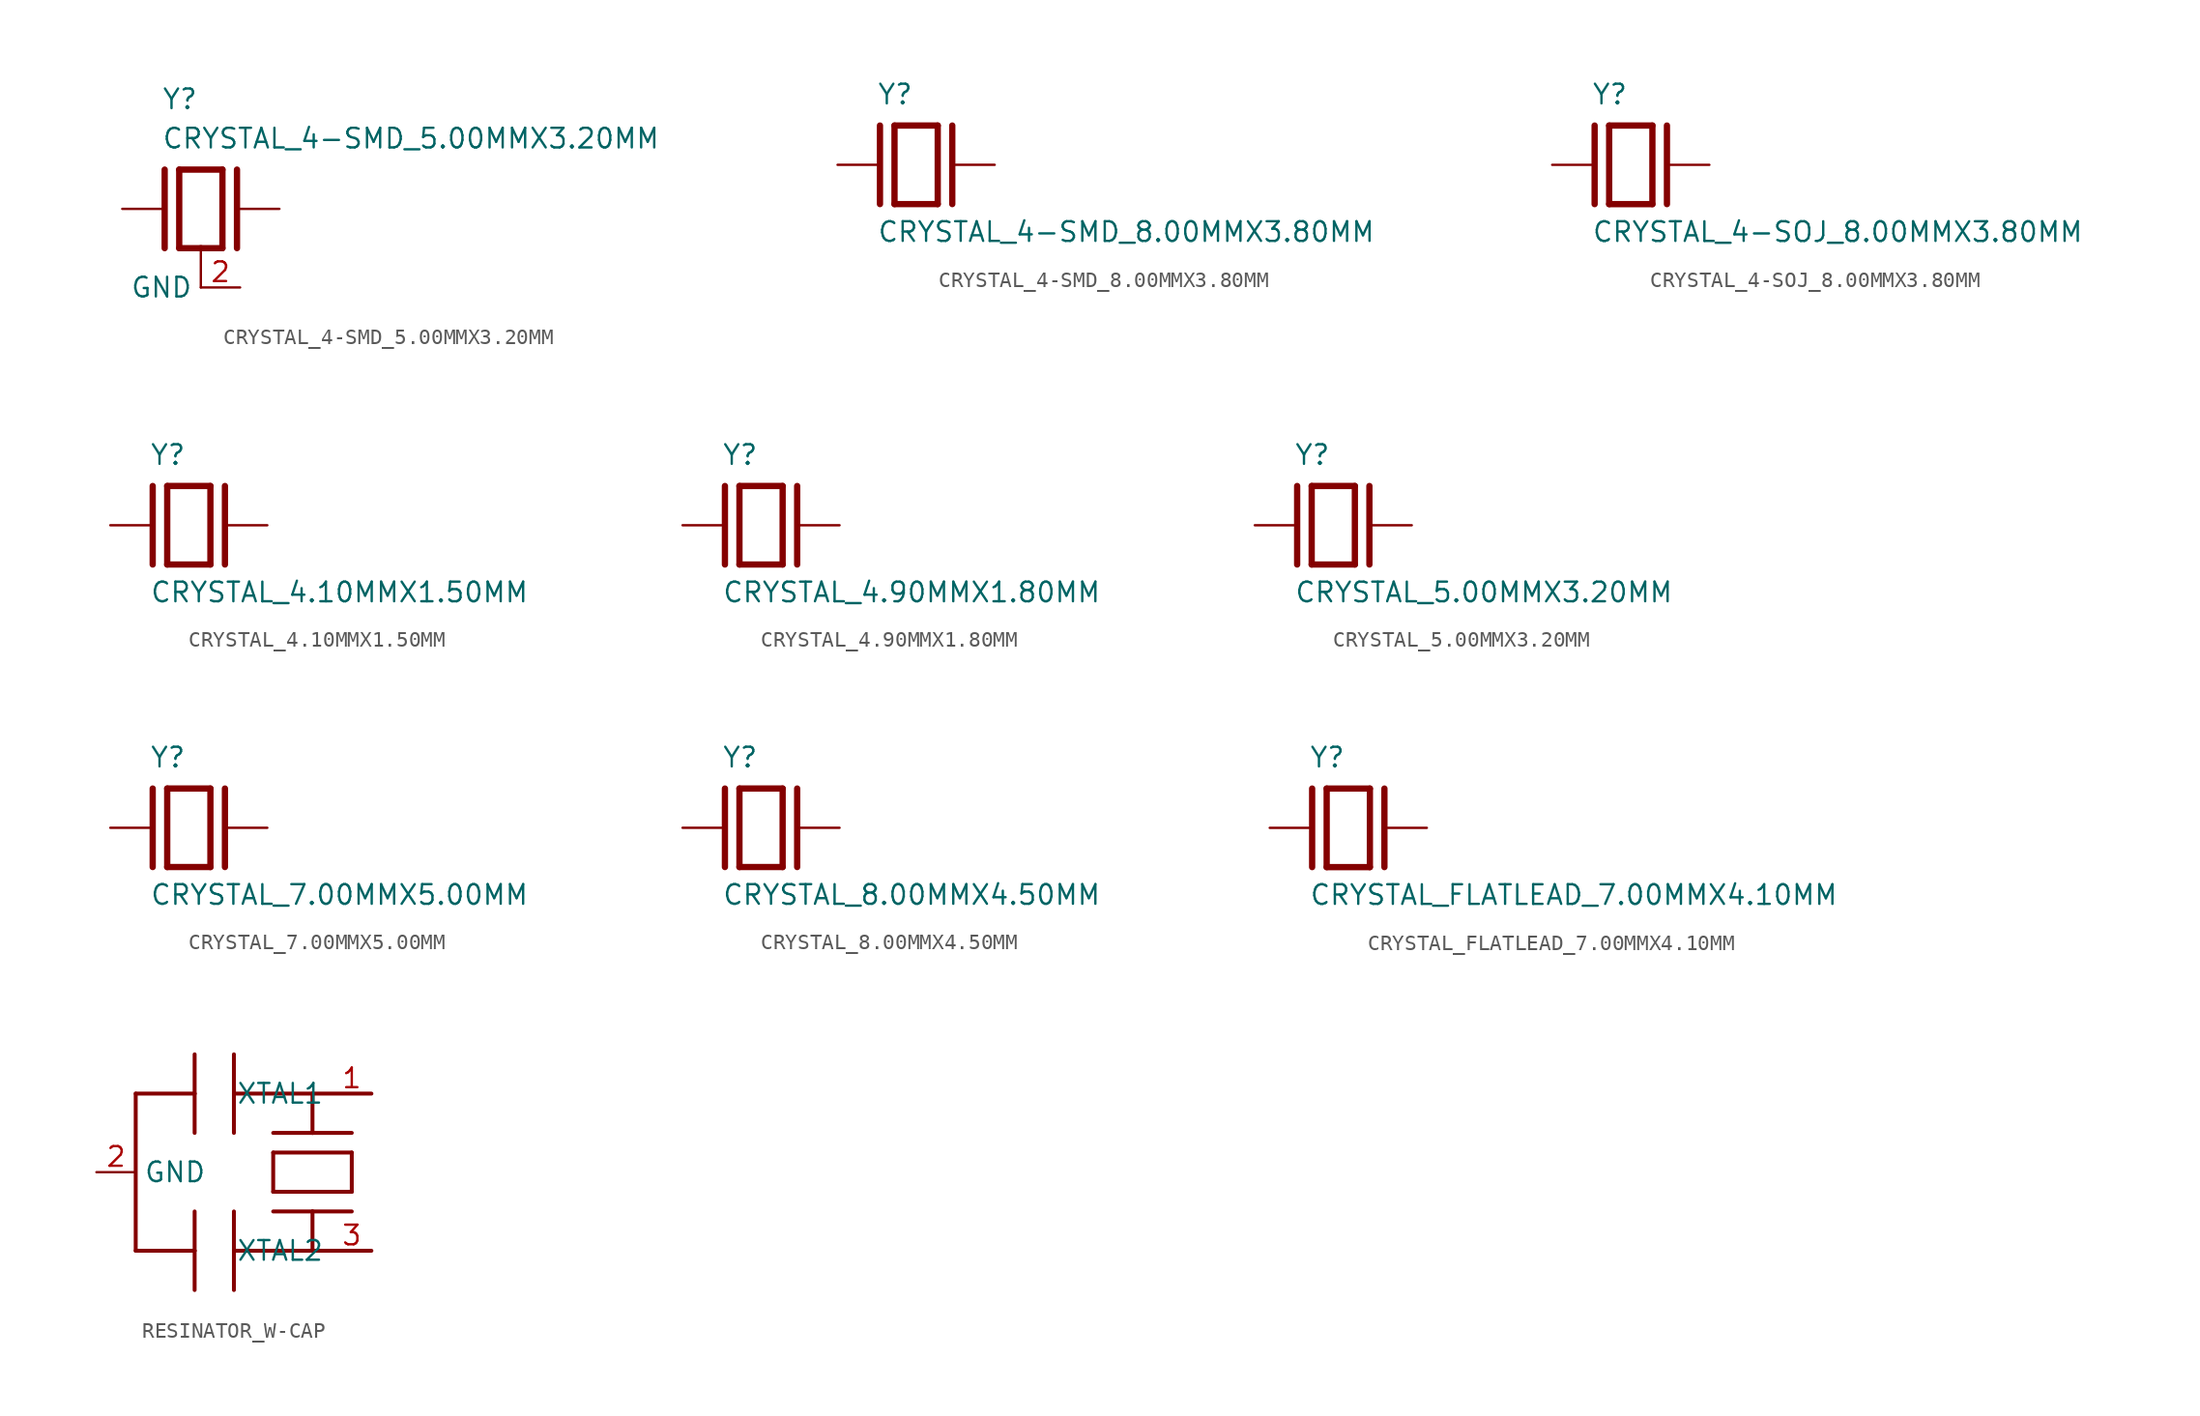
<source format=kicad_sym>
(kicad_symbol_lib
  (version 20211014)
  (generator kicad_symbol_editor)
  (symbol "CRYSTAL_4-SMD_5.00MMX3.20MM"
    (pin_names)
    (property "Reference" "Y"
      (at -2.54 6.35 0)
      (effects (font (size 1.27 1.27)) (justify left bottom)))
    (property "Value" "CRYSTAL_4-SMD_5.00MMX3.20MM"
      (at -2.54 3.81 0)
      (effects (font (size 1.27 1.27)) (justify left bottom)))
    (property "Datasheet" ""
      (at 0 0 0))
    (property "ki_fp_filters" "FlashPCB_Oscillators:CRYSTAL_4-SMD_NOLEAD_5.00MMX3.20MM"
      (at 0 0 0))
    (symbol "CRYSTAL_4-SMD_5.00MMX3.20MM_1_1"
      (polyline (pts (xy -1.397 2.54) (xy 1.397 2.54)) (stroke (width 0.406)) (fill (type none)))
      (polyline (pts (xy 1.397 2.54) (xy 1.397 -2.54)) (stroke (width 0.406)) (fill (type none)))
      (polyline (pts (xy 1.397 -2.54) (xy 0 -2.54)) (stroke (width 0.406)) (fill (type none)))
      (polyline (pts (xy 0 -2.54) (xy -1.397 -2.54)) (stroke (width 0.406)) (fill (type none)))
      (polyline (pts (xy -1.397 2.54) (xy -1.397 -2.54)) (stroke (width 0.406)) (fill (type none)))
      (polyline (pts (xy 2.337 2.54) (xy 2.337 -2.54)) (stroke (width 0.406)) (fill (type none)))
      (polyline (pts (xy -2.337 2.54) (xy -2.337 -2.54)) (stroke (width 0.406)) (fill (type none)))
      (polyline (pts (xy 0 -2.54) (xy 0 -5.08)) (stroke (width 0.152)) (fill (type none)))
      (pin passive line (at 5.08 0 180) (length 2.54) (name "2" (effects (font (size 0 0)))) (number "3" (effects (font (size 0 0)))))
      (pin passive line (at -5.08 0 0) (length 2.54) (name "1" (effects (font (size 0 0)))) (number "1" (effects (font (size 0 0)))))
      (pin bidirectional line (at 2.54 -5.08 180) (length 2.54) (name "GND" (effects (font (size 1.27 1.27)))) (number "2" (effects (font (size 1.27 1.27)))))
      (pin bidirectional line (at 2.54 -5.08 180) (length 2.54) hide (name "GND" (effects (font (size 1.27 1.27)))) (number "4" (effects (font (size 1.27 1.27)))))))
  (symbol "CRYSTAL_4-SMD_8.00MMX3.80MM"
    (pin_numbers hide)
    (pin_names hide)
    (property "Reference" "Y"
      (at -2.54 3.81 0)
      (effects (font (size 1.27 1.27)) (justify left bottom)))
    (property "Value" "CRYSTAL_4-SMD_8.00MMX3.80MM"
      (at -2.54 -5.08 0)
      (effects (font (size 1.27 1.27)) (justify left bottom)))
    (property "Datasheet" ""
      (at 0 0 0))
    (property "ki_fp_filters" "FlashPCB_Oscillators:CRYSTAL_4-SMD_FLATLEAD_8.00MMX3.80MM"
      (at 0 0 0))
    (symbol "CRYSTAL_4-SMD_8.00MMX3.80MM_1_1"
      (polyline (pts (xy -1.397 2.54) (xy 1.397 2.54)) (stroke (width 0.406)) (fill (type none)))
      (polyline (pts (xy 1.397 2.54) (xy 1.397 -2.54)) (stroke (width 0.406)) (fill (type none)))
      (polyline (pts (xy 1.397 -2.54) (xy -1.397 -2.54)) (stroke (width 0.406)) (fill (type none)))
      (polyline (pts (xy -1.397 2.54) (xy -1.397 -2.54)) (stroke (width 0.406)) (fill (type none)))
      (polyline (pts (xy 2.337 2.54) (xy 2.337 -2.54)) (stroke (width 0.406)) (fill (type none)))
      (polyline (pts (xy -2.337 2.54) (xy -2.337 -2.54)) (stroke (width 0.406)) (fill (type none)))
      (pin passive line (at 5.08 0 180) (length 2.54) (name "2" (effects (font (size 0 0)))) (number "4" (effects (font (size 0 0)))))
      (pin passive line (at -5.08 0 0) (length 2.54) (name "1" (effects (font (size 0 0)))) (number "1" (effects (font (size 0 0)))))))
  (symbol "CRYSTAL_4-SOJ_8.00MMX3.80MM"
    (pin_numbers hide)
    (pin_names hide)
    (property "Reference" "Y"
      (at -2.54 3.81 0)
      (effects (font (size 1.27 1.27)) (justify left bottom)))
    (property "Value" "CRYSTAL_4-SOJ_8.00MMX3.80MM"
      (at -2.54 -5.08 0)
      (effects (font (size 1.27 1.27)) (justify left bottom)))
    (property "Datasheet" ""
      (at 0 0 0))
    (property "ki_fp_filters" "FlashPCB_Oscillators:CRYSTAL-SMD_4-SOJ_8.00MMX3.80MM"
      (at 0 0 0))
    (symbol "CRYSTAL_4-SOJ_8.00MMX3.80MM_1_1"
      (polyline (pts (xy -1.397 2.54) (xy 1.397 2.54)) (stroke (width 0.406)) (fill (type none)))
      (polyline (pts (xy 1.397 2.54) (xy 1.397 -2.54)) (stroke (width 0.406)) (fill (type none)))
      (polyline (pts (xy 1.397 -2.54) (xy -1.397 -2.54)) (stroke (width 0.406)) (fill (type none)))
      (polyline (pts (xy -1.397 2.54) (xy -1.397 -2.54)) (stroke (width 0.406)) (fill (type none)))
      (polyline (pts (xy 2.337 2.54) (xy 2.337 -2.54)) (stroke (width 0.406)) (fill (type none)))
      (polyline (pts (xy -2.337 2.54) (xy -2.337 -2.54)) (stroke (width 0.406)) (fill (type none)))
      (pin passive line (at 5.08 0 180) (length 2.54) (name "2" (effects (font (size 0 0)))) (number "S_4" (effects (font (size 0 0)))))
      (pin passive line (at -5.08 0 0) (length 2.54) (name "1" (effects (font (size 0 0)))) (number "S_1" (effects (font (size 0 0)))))))
  (symbol "CRYSTAL_4.10MMX1.50MM"
    (pin_numbers hide)
    (pin_names hide)
    (property "Reference" "Y"
      (at -2.54 3.81 0)
      (effects (font (size 1.27 1.27)) (justify left bottom)))
    (property "Value" "CRYSTAL_4.10MMX1.50MM"
      (at -2.54 -5.08 0)
      (effects (font (size 1.27 1.27)) (justify left bottom)))
    (property "Datasheet" ""
      (at 0 0 0))
    (property "ki_fp_filters" "FlashPCB_Oscillators:CRYSTAL_2-SMD_NOLEAD_4.10MMX1.50MM"
      (at 0 0 0))
    (symbol "CRYSTAL_4.10MMX1.50MM_1_1"
      (polyline (pts (xy -1.397 2.54) (xy 1.397 2.54)) (stroke (width 0.406)) (fill (type none)))
      (polyline (pts (xy 1.397 2.54) (xy 1.397 -2.54)) (stroke (width 0.406)) (fill (type none)))
      (polyline (pts (xy 1.397 -2.54) (xy -1.397 -2.54)) (stroke (width 0.406)) (fill (type none)))
      (polyline (pts (xy -1.397 2.54) (xy -1.397 -2.54)) (stroke (width 0.406)) (fill (type none)))
      (polyline (pts (xy 2.337 2.54) (xy 2.337 -2.54)) (stroke (width 0.406)) (fill (type none)))
      (polyline (pts (xy -2.337 2.54) (xy -2.337 -2.54)) (stroke (width 0.406)) (fill (type none)))
      (pin passive line (at 5.08 0 180) (length 2.54) (name "2" (effects (font (size 0 0)))) (number "2" (effects (font (size 0 0)))))
      (pin passive line (at -5.08 0 0) (length 2.54) (name "1" (effects (font (size 0 0)))) (number "1" (effects (font (size 0 0)))))))
  (symbol "CRYSTAL_4.90MMX1.80MM"
    (pin_numbers hide)
    (pin_names hide)
    (property "Reference" "Y"
      (at -2.54 3.81 0)
      (effects (font (size 1.27 1.27)) (justify left bottom)))
    (property "Value" "CRYSTAL_4.90MMX1.80MM"
      (at -2.54 -5.08 0)
      (effects (font (size 1.27 1.27)) (justify left bottom)))
    (property "Datasheet" ""
      (at 0 0 0))
    (property "ki_fp_filters" "FlashPCB_Oscillators:CRYSTAL_2-SMD_NOLEAD_4.90MMX1.80MM"
      (at 0 0 0))
    (symbol "CRYSTAL_4.90MMX1.80MM_1_1"
      (polyline (pts (xy -1.397 2.54) (xy 1.397 2.54)) (stroke (width 0.406)) (fill (type none)))
      (polyline (pts (xy 1.397 2.54) (xy 1.397 -2.54)) (stroke (width 0.406)) (fill (type none)))
      (polyline (pts (xy 1.397 -2.54) (xy -1.397 -2.54)) (stroke (width 0.406)) (fill (type none)))
      (polyline (pts (xy -1.397 2.54) (xy -1.397 -2.54)) (stroke (width 0.406)) (fill (type none)))
      (polyline (pts (xy 2.337 2.54) (xy 2.337 -2.54)) (stroke (width 0.406)) (fill (type none)))
      (polyline (pts (xy -2.337 2.54) (xy -2.337 -2.54)) (stroke (width 0.406)) (fill (type none)))
      (pin passive line (at 5.08 0 180) (length 2.54) (name "2" (effects (font (size 0 0)))) (number "2" (effects (font (size 0 0)))))
      (pin passive line (at -5.08 0 0) (length 2.54) (name "1" (effects (font (size 0 0)))) (number "1" (effects (font (size 0 0)))))))
  (symbol "CRYSTAL_5.00MMX3.20MM"
    (pin_numbers hide)
    (pin_names hide)
    (property "Reference" "Y"
      (at -2.54 3.81 0)
      (effects (font (size 1.27 1.27)) (justify left bottom)))
    (property "Value" "CRYSTAL_5.00MMX3.20MM"
      (at -2.54 -5.08 0)
      (effects (font (size 1.27 1.27)) (justify left bottom)))
    (property "Datasheet" ""
      (at 0 0 0))
    (property "ki_fp_filters" "FlashPCB_Oscillators:CRYSTAL_2-SMD_NOLEAD_5.00MMX3.20MM"
      (at 0 0 0))
    (symbol "CRYSTAL_5.00MMX3.20MM_1_1"
      (polyline (pts (xy -1.397 2.54) (xy 1.397 2.54)) (stroke (width 0.406)) (fill (type none)))
      (polyline (pts (xy 1.397 2.54) (xy 1.397 -2.54)) (stroke (width 0.406)) (fill (type none)))
      (polyline (pts (xy 1.397 -2.54) (xy -1.397 -2.54)) (stroke (width 0.406)) (fill (type none)))
      (polyline (pts (xy -1.397 2.54) (xy -1.397 -2.54)) (stroke (width 0.406)) (fill (type none)))
      (polyline (pts (xy 2.337 2.54) (xy 2.337 -2.54)) (stroke (width 0.406)) (fill (type none)))
      (polyline (pts (xy -2.337 2.54) (xy -2.337 -2.54)) (stroke (width 0.406)) (fill (type none)))
      (pin passive line (at 5.08 0 180) (length 2.54) (name "2" (effects (font (size 0 0)))) (number "2" (effects (font (size 0 0)))))
      (pin passive line (at -5.08 0 0) (length 2.54) (name "1" (effects (font (size 0 0)))) (number "1" (effects (font (size 0 0)))))))
  (symbol "CRYSTAL_7.00MMX5.00MM"
    (pin_numbers hide)
    (pin_names hide)
    (property "Reference" "Y"
      (at -2.54 3.81 0)
      (effects (font (size 1.27 1.27)) (justify left bottom)))
    (property "Value" "CRYSTAL_7.00MMX5.00MM"
      (at -2.54 -5.08 0)
      (effects (font (size 1.27 1.27)) (justify left bottom)))
    (property "Datasheet" ""
      (at 0 0 0))
    (property "ki_fp_filters" "FlashPCB_Oscillators:CRYSTAL_2-SMD_NOLEAD_7.00MMX5.00MM"
      (at 0 0 0))
    (symbol "CRYSTAL_7.00MMX5.00MM_1_1"
      (polyline (pts (xy -1.397 2.54) (xy 1.397 2.54)) (stroke (width 0.406)) (fill (type none)))
      (polyline (pts (xy 1.397 2.54) (xy 1.397 -2.54)) (stroke (width 0.406)) (fill (type none)))
      (polyline (pts (xy 1.397 -2.54) (xy -1.397 -2.54)) (stroke (width 0.406)) (fill (type none)))
      (polyline (pts (xy -1.397 2.54) (xy -1.397 -2.54)) (stroke (width 0.406)) (fill (type none)))
      (polyline (pts (xy 2.337 2.54) (xy 2.337 -2.54)) (stroke (width 0.406)) (fill (type none)))
      (polyline (pts (xy -2.337 2.54) (xy -2.337 -2.54)) (stroke (width 0.406)) (fill (type none)))
      (pin passive line (at 5.08 0 180) (length 2.54) (name "2" (effects (font (size 0 0)))) (number "2" (effects (font (size 0 0)))))
      (pin passive line (at -5.08 0 0) (length 2.54) (name "1" (effects (font (size 0 0)))) (number "1" (effects (font (size 0 0)))))))
  (symbol "CRYSTAL_8.00MMX4.50MM"
    (pin_numbers hide)
    (pin_names hide)
    (property "Reference" "Y"
      (at -2.54 3.81 0)
      (effects (font (size 1.27 1.27)) (justify left bottom)))
    (property "Value" "CRYSTAL_8.00MMX4.50MM"
      (at -2.54 -5.08 0)
      (effects (font (size 1.27 1.27)) (justify left bottom)))
    (property "Datasheet" ""
      (at 0 0 0))
    (property "ki_fp_filters" "FlashPCB_Oscillators:CRYSTAL_2-SMD_NOLEAD_8.00MMX4.50MM"
      (at 0 0 0))
    (symbol "CRYSTAL_8.00MMX4.50MM_1_1"
      (polyline (pts (xy -1.397 2.54) (xy 1.397 2.54)) (stroke (width 0.406)) (fill (type none)))
      (polyline (pts (xy 1.397 2.54) (xy 1.397 -2.54)) (stroke (width 0.406)) (fill (type none)))
      (polyline (pts (xy 1.397 -2.54) (xy -1.397 -2.54)) (stroke (width 0.406)) (fill (type none)))
      (polyline (pts (xy -1.397 2.54) (xy -1.397 -2.54)) (stroke (width 0.406)) (fill (type none)))
      (polyline (pts (xy 2.337 2.54) (xy 2.337 -2.54)) (stroke (width 0.406)) (fill (type none)))
      (polyline (pts (xy -2.337 2.54) (xy -2.337 -2.54)) (stroke (width 0.406)) (fill (type none)))
      (pin passive line (at 5.08 0 180) (length 2.54) (name "2" (effects (font (size 0 0)))) (number "2" (effects (font (size 0 0)))))
      (pin passive line (at -5.08 0 0) (length 2.54) (name "1" (effects (font (size 0 0)))) (number "1" (effects (font (size 0 0)))))))
  (symbol "CRYSTAL_FLATLEAD_7.00MMX4.10MM"
    (pin_numbers hide)
    (pin_names hide)
    (property "Reference" "Y"
      (at -2.54 3.81 0)
      (effects (font (size 1.27 1.27)) (justify left bottom)))
    (property "Value" "CRYSTAL_FLATLEAD_7.00MMX4.10MM"
      (at -2.54 -5.08 0)
      (effects (font (size 1.27 1.27)) (justify left bottom)))
    (property "Datasheet" ""
      (at 0 0 0))
    (property "ki_fp_filters" "FlashPCB_Oscillators:CRYSTAL_2-SMD_FLATLEAD_7.00MMX4.10MM"
      (at 0 0 0))
    (symbol "CRYSTAL_FLATLEAD_7.00MMX4.10MM_1_1"
      (polyline (pts (xy -1.397 2.54) (xy 1.397 2.54)) (stroke (width 0.406)) (fill (type none)))
      (polyline (pts (xy 1.397 2.54) (xy 1.397 -2.54)) (stroke (width 0.406)) (fill (type none)))
      (polyline (pts (xy 1.397 -2.54) (xy -1.397 -2.54)) (stroke (width 0.406)) (fill (type none)))
      (polyline (pts (xy -1.397 2.54) (xy -1.397 -2.54)) (stroke (width 0.406)) (fill (type none)))
      (polyline (pts (xy 2.337 2.54) (xy 2.337 -2.54)) (stroke (width 0.406)) (fill (type none)))
      (polyline (pts (xy -2.337 2.54) (xy -2.337 -2.54)) (stroke (width 0.406)) (fill (type none)))
      (pin passive line (at 5.08 0 180) (length 2.54) (name "2" (effects (font (size 0 0)))) (number "2" (effects (font (size 0 0)))))
      (pin passive line (at -5.08 0 0) (length 2.54) (name "1" (effects (font (size 0 0)))) (number "1" (effects (font (size 0 0)))))))
  (symbol "RESINATOR_W-CAP"
    (pin_names)
    (property "Reference" "X"
      (at 0 0 0)
      (effects (font (size 1.27 1.27)) (justify left bottom) hide))
    (property "Datasheet" ""
      (at 0 0 0))
    (property "ki_fp_filters" "FlashPCB_Oscillators:3-SMD"
      (at 0 0 0))
    (symbol "RESINATOR_W-CAP_1_1"
      (polyline (pts (xy 10.16 5.08) (xy 6.35 5.08)) (stroke (width 0.254)) (fill (type none)))
      (polyline (pts (xy 6.35 5.08) (xy 1.27 5.08)) (stroke (width 0.254)) (fill (type none)))
      (polyline (pts (xy 1.27 5.08) (xy 1.27 7.62)) (stroke (width 0.254)) (fill (type none)))
      (polyline (pts (xy 1.27 5.08) (xy 1.27 2.54)) (stroke (width 0.254)) (fill (type none)))
      (polyline (pts (xy -1.27 7.62) (xy -1.27 5.08)) (stroke (width 0.254)) (fill (type none)))
      (polyline (pts (xy -1.27 5.08) (xy -1.27 2.54)) (stroke (width 0.254)) (fill (type none)))
      (polyline (pts (xy -1.27 5.08) (xy -5.08 5.08)) (stroke (width 0.254)) (fill (type none)))
      (polyline (pts (xy 10.16 -5.08) (xy 1.27 -5.08)) (stroke (width 0.254)) (fill (type none)))
      (polyline (pts (xy 1.27 -2.54) (xy 1.27 -5.08)) (stroke (width 0.254)) (fill (type none)))
      (polyline (pts (xy 1.27 -5.08) (xy 1.27 -7.62)) (stroke (width 0.254)) (fill (type none)))
      (polyline (pts (xy -1.27 -2.54) (xy -1.27 -5.08)) (stroke (width 0.254)) (fill (type none)))
      (polyline (pts (xy -1.27 -5.08) (xy -1.27 -7.62)) (stroke (width 0.254)) (fill (type none)))
      (polyline (pts (xy -1.27 -5.08) (xy -5.08 -5.08)) (stroke (width 0.254)) (fill (type none)))
      (polyline (pts (xy -5.08 -5.08) (xy -5.08 5.08)) (stroke (width 0.254)) (fill (type none)))
      (polyline (pts (xy 3.81 1.27) (xy 3.81 -1.27)) (stroke (width 0.254)) (fill (type none)))
      (polyline (pts (xy 3.81 -1.27) (xy 8.89 -1.27)) (stroke (width 0.254)) (fill (type none)))
      (polyline (pts (xy 8.89 -1.27) (xy 8.89 1.27)) (stroke (width 0.254)) (fill (type none)))
      (polyline (pts (xy 8.89 1.27) (xy 3.81 1.27)) (stroke (width 0.254)) (fill (type none)))
      (polyline (pts (xy 3.81 2.54) (xy 6.35 2.54)) (stroke (width 0.254)) (fill (type none)))
      (polyline (pts (xy 6.35 2.54) (xy 8.89 2.54)) (stroke (width 0.254)) (fill (type none)))
      (polyline (pts (xy 3.81 -2.54) (xy 6.35 -2.54)) (stroke (width 0.254)) (fill (type none)))
      (polyline (pts (xy 6.35 -2.54) (xy 8.89 -2.54)) (stroke (width 0.254)) (fill (type none)))
      (polyline (pts (xy 6.35 -2.54) (xy 6.35 -5.08)) (stroke (width 0.254)) (fill (type none)))
      (polyline (pts (xy 6.35 2.54) (xy 6.35 5.08)) (stroke (width 0.254)) (fill (type none)))
      (pin bidirectional line (at 10.16 5.08 180) (length 2.54) (name "XTAL1" (effects (font (size 1.27 1.27)))) (number "1" (effects (font (size 1.27 1.27)))))
      (pin bidirectional line (at 10.16 -5.08 180) (length 2.54) (name "XTAL2" (effects (font (size 1.27 1.27)))) (number "3" (effects (font (size 1.27 1.27)))))
      (pin bidirectional line (at -7.62 0 0) (length 2.54) (name "GND" (effects (font (size 1.27 1.27)))) (number "2" (effects (font (size 1.27 1.27))))))))
</source>
